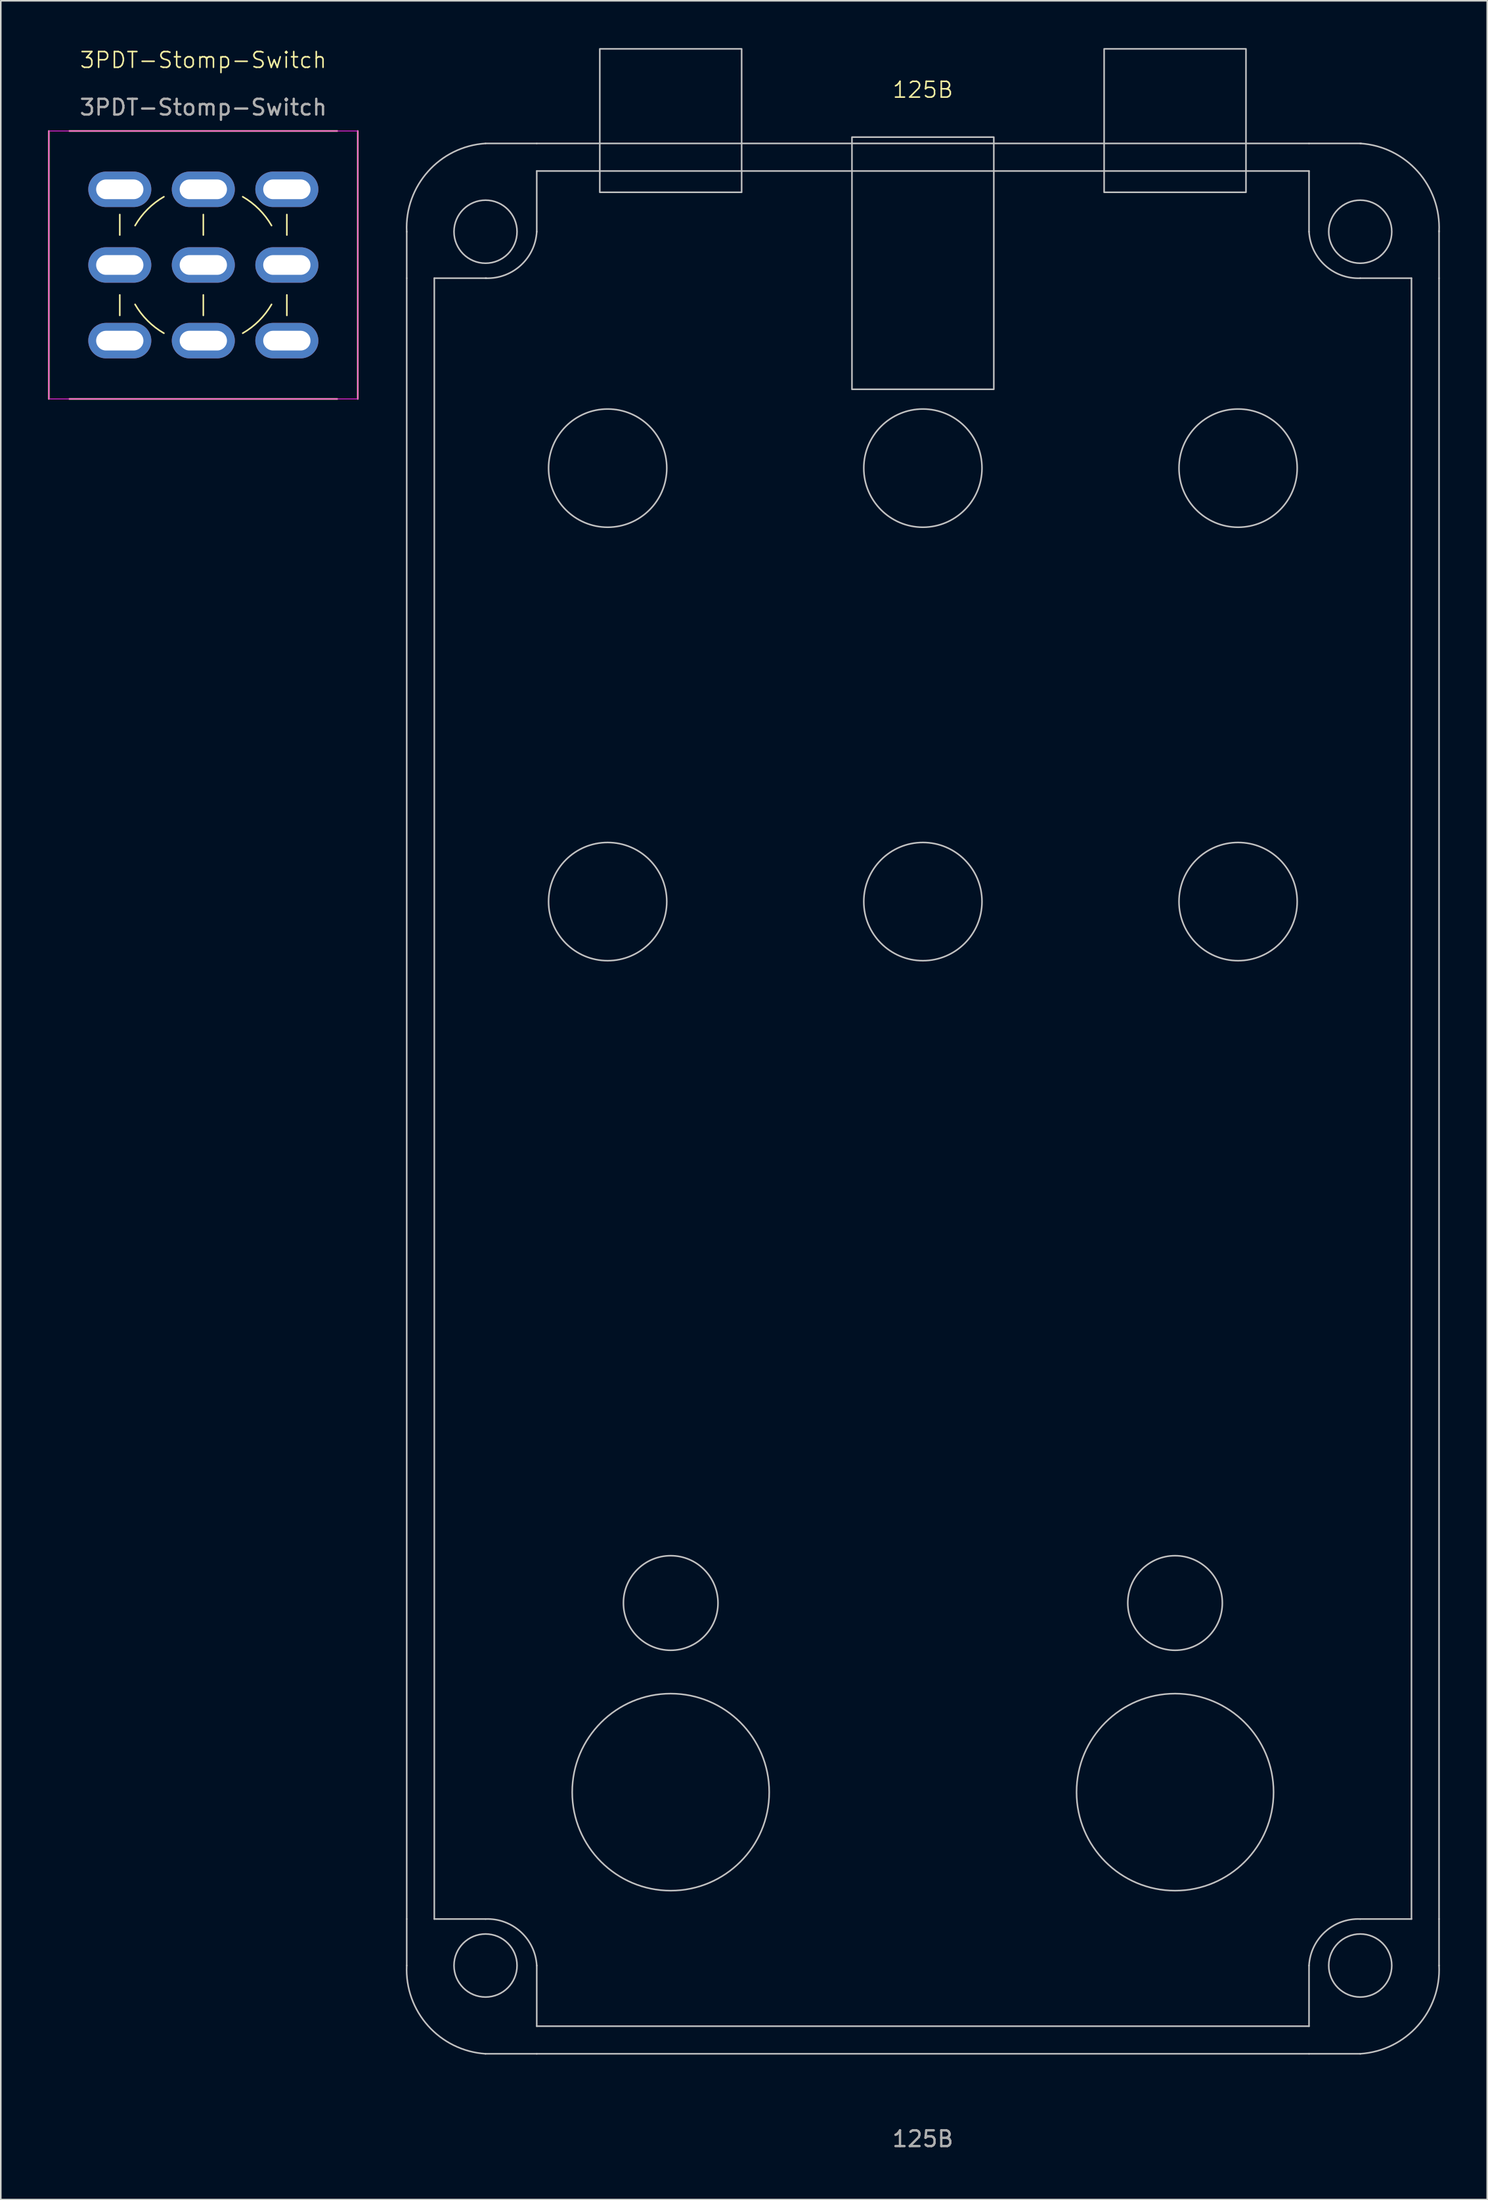
<source format=kicad_pcb>
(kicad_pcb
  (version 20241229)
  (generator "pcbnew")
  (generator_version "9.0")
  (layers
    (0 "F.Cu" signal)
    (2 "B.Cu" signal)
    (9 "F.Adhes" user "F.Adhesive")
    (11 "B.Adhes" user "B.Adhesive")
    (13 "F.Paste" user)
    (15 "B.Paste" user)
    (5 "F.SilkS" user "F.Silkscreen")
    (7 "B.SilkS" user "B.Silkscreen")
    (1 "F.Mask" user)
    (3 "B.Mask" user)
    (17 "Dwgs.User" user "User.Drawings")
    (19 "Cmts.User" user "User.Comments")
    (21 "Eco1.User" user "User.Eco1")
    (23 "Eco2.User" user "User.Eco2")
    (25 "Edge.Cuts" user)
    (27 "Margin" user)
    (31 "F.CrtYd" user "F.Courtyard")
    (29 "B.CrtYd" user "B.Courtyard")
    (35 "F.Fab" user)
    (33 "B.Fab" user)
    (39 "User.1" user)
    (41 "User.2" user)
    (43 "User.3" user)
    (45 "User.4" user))
  (footprint "125B"
    (layer "F.Cu")
    (at 55.506 66.65)
    (property "Reference" "125B" (at 0 -64 0) (unlocked yes) (layer "F.SilkS") (effects (font (size 1 1) (thickness 0.1))))
    (attr exclude_from_pos_files exclude_from_bom)
    (fp_line (start -32.75 -55) (end -32.75 -52.05) (stroke (width 0.1) (type default)) (layer "Dwgs.User"))
    (fp_line (start -32.75 -52.05) (end -32.75 52.05) (stroke (width 0.1) (type default)) (layer "Dwgs.User"))
    (fp_line (start -32.75 55) (end -32.75 52.05) (stroke (width 0.1) (type default)) (layer "Dwgs.User"))
    (fp_line (start -31 -52.05) (end -31 52.05) (stroke (width 0.1) (type default)) (layer "Dwgs.User"))
    (fp_line (start -31 -52.05) (end -27.7 -52.05) (stroke (width 0.1) (type default)) (layer "Dwgs.User"))
    (fp_line (start -27.75 -60.6) (end -24.5 -60.6) (stroke (width 0.1) (type default)) (layer "Dwgs.User"))
    (fp_line (start -27.75 52.05) (end -31 52.05) (stroke (width 0.1) (type default)) (layer "Dwgs.User"))
    (fp_line (start -24.5 -60.6) (end 24.5 -60.6) (stroke (width 0.1) (type default)) (layer "Dwgs.User"))
    (fp_line (start -24.5 -58.85) (end -24.5 -55) (stroke (width 0.1) (type default)) (layer "Dwgs.User"))
    (fp_line (start -24.5 -58.85) (end 24.5 -58.85) (stroke (width 0.1) (type default)) (layer "Dwgs.User"))
    (fp_line (start -24.5 55) (end -24.5 58.85) (stroke (width 0.1) (type default)) (layer "Dwgs.User"))
    (fp_line (start -24.5 58.85) (end 24.5 58.85) (stroke (width 0.1) (type default)) (layer "Dwgs.User"))
    (fp_line (start -24.5 60.6) (end -27.75 60.6) (stroke (width 0.1) (type default)) (layer "Dwgs.User"))
    (fp_line (start -24.5 60.6) (end 24.5 60.6) (stroke (width 0.1) (type default)) (layer "Dwgs.User"))
    (fp_line (start 24.5 -60.6) (end 27.8 -60.6) (stroke (width 0.1) (type default)) (layer "Dwgs.User"))
    (fp_line (start 24.5 -58.85) (end 24.5 -55) (stroke (width 0.1) (type default)) (layer "Dwgs.User"))
    (fp_line (start 24.5 55) (end 24.5 58.85) (stroke (width 0.1) (type default)) (layer "Dwgs.User"))
    (fp_line (start 27.75 -52.05) (end 31 -52.05) (stroke (width 0.1) (type default)) (layer "Dwgs.User"))
    (fp_line (start 27.75 52.05) (end 31 52.05) (stroke (width 0.1) (type default)) (layer "Dwgs.User"))
    (fp_line (start 27.75 60.6) (end 24.5 60.6) (stroke (width 0.1) (type default)) (layer "Dwgs.User"))
    (fp_line (start 31 -52.05) (end 31 52.05) (stroke (width 0.1) (type default)) (layer "Dwgs.User"))
    (fp_line (start 32.75 -52.05) (end 32.75 -55.05) (stroke (width 0.1) (type default)) (layer "Dwgs.User"))
    (fp_line (start 32.75 -52.05) (end 32.75 52.05) (stroke (width 0.1) (type default)) (layer "Dwgs.User"))
    (fp_line (start 32.75 52.05) (end 32.75 55) (stroke (width 0.1) (type default)) (layer "Dwgs.User"))
    (fp_rect (start -20.5 -66.6) (end -11.5 -57.5) (stroke (width 0.1) (type solid)) (fill no) (layer "Dwgs.User"))
    (fp_rect (start -4.5 -61) (end 4.5 -45) (stroke (width 0.1) (type solid)) (fill no) (layer "Dwgs.User"))
    (fp_rect (start 11.5 -66.6) (end 20.5 -57.5) (stroke (width 0.1) (type solid)) (fill no) (layer "Dwgs.User"))
    (fp_arc (start -32.75 -55) (mid -31.39551 -58.822777) (end -27.75 -60.6) (stroke (width 0.1) (type default)) (layer "Dwgs.User"))
    (fp_arc (start -27.75 52.05) (mid -25.521343 52.859954) (end -24.5 55) (stroke (width 0.1) (type default)) (layer "Dwgs.User"))
    (fp_arc (start -27.75 60.6) (mid -31.39551 58.822777) (end -32.75 55) (stroke (width 0.1) (type default)) (layer "Dwgs.User"))
    (fp_arc (start -24.5 -55) (mid -25.521343 -52.859955) (end -27.75 -52.05) (stroke (width 0.1) (type default)) (layer "Dwgs.User"))
    (fp_arc (start 24.5 55) (mid 25.521343 52.859954) (end 27.75 52.05) (stroke (width 0.1) (type default)) (layer "Dwgs.User"))
    (fp_arc (start 27.75 -60.6) (mid 31.39551 -58.822777) (end 32.75 -55) (stroke (width 0.1) (type default)) (layer "Dwgs.User"))
    (fp_arc (start 27.75 -52.05) (mid 25.521343 -52.859954) (end 24.5 -55) (stroke (width 0.1) (type default)) (layer "Dwgs.User"))
    (fp_arc (start 32.75 55) (mid 31.39551 58.822776) (end 27.75 60.6) (stroke (width 0.1) (type default)) (layer "Dwgs.User"))
    (fp_circle (center -27.75 -55) (end -25.75 -55) (stroke (width 0.1) (type default)) (fill no) (layer "Dwgs.User"))
    (fp_circle (center -27.75 55) (end -25.75 55) (stroke (width 0.1) (type default)) (fill no) (layer "Dwgs.User"))
    (fp_circle (center -20 -40) (end -16.25 -40) (stroke (width 0.1) (type solid)) (fill no) (layer "Dwgs.User"))
    (fp_circle (center -20 -12.5) (end -16.25 -12.5) (stroke (width 0.1) (type solid)) (fill no) (layer "Dwgs.User"))
    (fp_circle (center -16 32) (end -13 32) (stroke (width 0.1) (type solid)) (fill no) (layer "Dwgs.User"))
    (fp_circle (center -16 44) (end -9.75 44) (stroke (width 0.1) (type solid)) (fill no) (layer "Dwgs.User"))
    (fp_circle (center 0 -40) (end 3.75 -40) (stroke (width 0.1) (type solid)) (fill no) (layer "Dwgs.User"))
    (fp_circle (center 0 -12.5) (end 3.75 -12.5) (stroke (width 0.1) (type solid)) (fill no) (layer "Dwgs.User"))
    (fp_circle (center 16 32) (end 19 32) (stroke (width 0.1) (type solid)) (fill no) (layer "Dwgs.User"))
    (fp_circle (center 16 44) (end 22.25 44) (stroke (width 0.1) (type solid)) (fill no) (layer "Dwgs.User"))
    (fp_circle (center 20 -40) (end 23.75 -40) (stroke (width 0.1) (type solid)) (fill no) (layer "Dwgs.User"))
    (fp_circle (center 20 -12.5) (end 23.75 -12.5) (stroke (width 0.1) (type solid)) (fill no) (layer "Dwgs.User"))
    (fp_circle (center 27.75 -55) (end 29.75 -55) (stroke (width 0.1) (type default)) (fill no) (layer "Dwgs.User"))
    (fp_circle (center 27.75 55) (end 29.75 55) (stroke (width 0.1) (type default)) (fill no) (layer "Dwgs.User"))
    (fp_text user "${REFERENCE}" (at 0 66 0) (unlocked yes) (layer "F.Fab") (effects (font (size 1 1) (thickness 0.15)))))
  (footprint "3PDT-Stomp-Switch"
    (layer "F.Cu")
    (at 9.85 13.761)
    (property "Reference" "3PDT-Stomp-Switch" (at 0 -13 0) (unlocked yes) (layer "F.SilkS") (effects (font (size 1 1) (thickness 0.1))))
    (attr through_hole)
    (fp_line (start -9.8 -8.5) (end -9.8 8.5) (stroke (width 0.1) (type default)) (layer "F.SilkS"))
    (fp_line (start -8.5 -8.5) (end 8.5 -8.5) (stroke (width 0.1) (type default)) (layer "F.SilkS"))
    (fp_line (start -8.5 8.5) (end 8.5 8.5) (stroke (width 0.1) (type default)) (layer "F.SilkS"))
    (fp_line (start -5.3 -3.2) (end -5.3 -1.9) (stroke (width 0.1) (type default)) (layer "F.SilkS"))
    (fp_line (start -5.3 1.9) (end -5.3 3.2) (stroke (width 0.1) (type default)) (layer "F.SilkS"))
    (fp_line (start 0 -3.2) (end 0 -1.9) (stroke (width 0.1) (type default)) (layer "F.SilkS"))
    (fp_line (start 0 1.9) (end 0 3.2) (stroke (width 0.1) (type default)) (layer "F.SilkS"))
    (fp_line (start 5.3 -3.2) (end 5.3 -1.9) (stroke (width 0.1) (type default)) (layer "F.SilkS"))
    (fp_line (start 5.3 1.9) (end 5.3 3.2) (stroke (width 0.1) (type default)) (layer "F.SilkS"))
    (fp_line (start 9.8 -8.5) (end 9.8 8.5) (stroke (width 0.1) (type default)) (layer "F.SilkS"))
    (fp_arc (start -4.33 -2.5) (mid -3.535462 -3.535462) (end -2.5 -4.33) (stroke (width 0.1) (type default)) (layer "F.SilkS"))
    (fp_arc (start -2.5 4.33) (mid -3.535462 3.535462) (end -4.33 2.5) (stroke (width 0.1) (type default)) (layer "F.SilkS"))
    (fp_arc (start 2.5 -4.33) (mid 3.535462 -3.535462) (end 4.33 -2.5) (stroke (width 0.1) (type default)) (layer "F.SilkS"))
    (fp_arc (start 4.33 2.5) (mid 3.535462 3.535462) (end 2.5 4.33) (stroke (width 0.1) (type default)) (layer "F.SilkS"))
    (fp_rect (start -9.8 -8.5) (end 9.8 8.5) (stroke (width 0.05) (type default)) (fill no) (layer "F.CrtYd"))
    (fp_text user "${REFERENCE}" (at 0 -10 0) (unlocked yes) (layer "F.Fab") (effects (font (size 1 1) (thickness 0.15))))
    (pad "1" thru_hole oval (at -5.3 -4.8) (size 4 2.25) (drill oval 3 1.25) (layers "*.Cu" "*.Mask"))
    (pad "2" thru_hole oval (at -5.3 0) (size 4 2.25) (drill oval 3 1.25) (layers "*.Cu" "*.Mask"))
    (pad "3" thru_hole oval (at -5.3 4.8) (size 4 2.25) (drill oval 3 1.25) (layers "*.Cu" "*.Mask"))
    (pad "4" thru_hole oval (at 0 -4.8) (size 4 2.25) (drill oval 3 1.25) (layers "*.Cu" "*.Mask"))
    (pad "5" thru_hole oval (at 0 0) (size 4 2.25) (drill oval 3 1.25) (layers "*.Cu" "*.Mask"))
    (pad "6" thru_hole oval (at 0 4.8) (size 4 2.25) (drill oval 3 1.25) (layers "*.Cu" "*.Mask"))
    (pad "7" thru_hole oval (at 5.3 -4.8) (size 4 2.25) (drill oval 3 1.25) (layers "*.Cu" "*.Mask"))
    (pad "8" thru_hole oval (at 5.3 0) (size 4 2.25) (drill oval 3 1.25) (layers "*.Cu" "*.Mask"))
    (pad "9" thru_hole oval (at 5.3 4.8) (size 4 2.25) (drill oval 3 1.25) (layers "*.Cu" "*.Mask")))
  (gr_rect
    (start -3 -3)
    (end 91.312 136.498)
    (stroke (width 0.1) (type default))
    (fill no)
    (layer "Edge.Cuts")))
</source>
